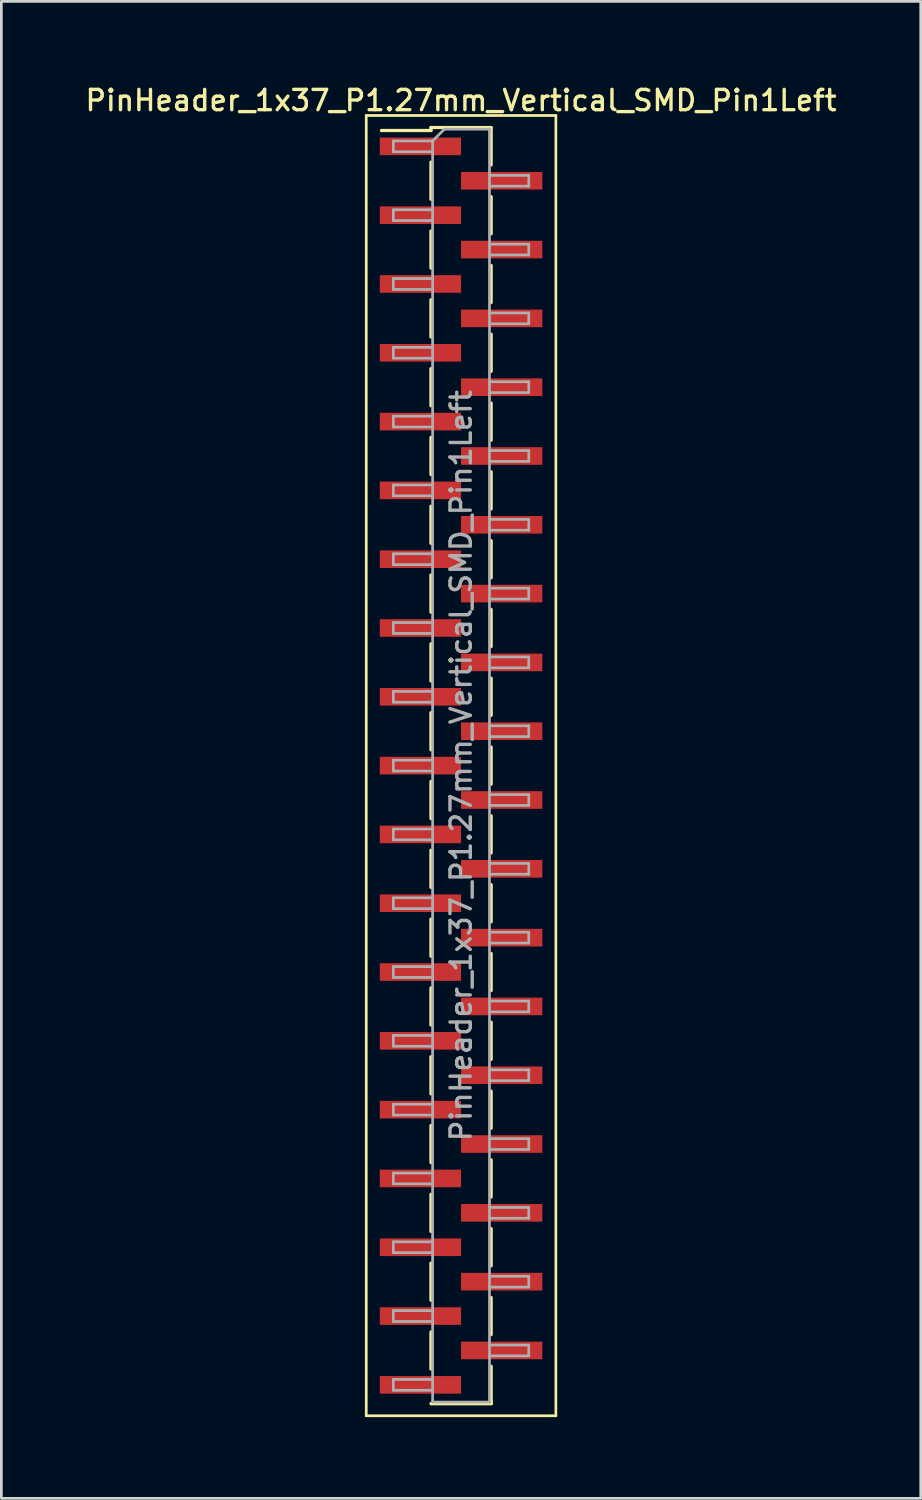
<source format=kicad_pcb>
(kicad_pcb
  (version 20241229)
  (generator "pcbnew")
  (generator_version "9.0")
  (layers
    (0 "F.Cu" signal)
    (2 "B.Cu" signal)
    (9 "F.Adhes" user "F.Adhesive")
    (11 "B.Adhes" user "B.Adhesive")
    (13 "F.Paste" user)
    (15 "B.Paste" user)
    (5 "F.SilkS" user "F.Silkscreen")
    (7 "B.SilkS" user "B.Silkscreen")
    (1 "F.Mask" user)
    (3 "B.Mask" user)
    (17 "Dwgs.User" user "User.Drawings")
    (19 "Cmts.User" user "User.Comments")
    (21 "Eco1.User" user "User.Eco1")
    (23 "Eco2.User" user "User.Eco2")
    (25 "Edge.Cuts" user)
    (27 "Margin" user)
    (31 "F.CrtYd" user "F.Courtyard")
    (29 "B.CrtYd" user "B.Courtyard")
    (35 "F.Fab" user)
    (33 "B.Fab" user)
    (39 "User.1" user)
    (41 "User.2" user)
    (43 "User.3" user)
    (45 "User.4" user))
  (footprint "PinHeader_1x37_P1.27mm_Vertical_SMD_Pin1Left"
    (layer "F.Cu")
    (at 13.97 25.213)
    (property "Reference" "PinHeader_1x37_P1.27mm_Vertical_SMD_Pin1Left" (at 0 -24.555 0) (layer "F.SilkS") (effects (font (size 0.75 0.75) (thickness 0.125))))
    (attr smd)
    (fp_line (start -3.5 -24) (end -3.5 24) (stroke (width 0.1) (type solid)) (layer "F.SilkS"))
    (fp_line (start -3.5 24) (end 3.5 24) (stroke (width 0.1) (type solid)) (layer "F.SilkS"))
    (fp_line (start -1.11 -23.555) (end -1.11 -23.445) (stroke (width 0.12) (type solid)) (layer "F.SilkS"))
    (fp_line (start -1.11 -23.555) (end 1.11 -23.555) (stroke (width 0.12) (type solid)) (layer "F.SilkS"))
    (fp_line (start -1.11 -23.445) (end -2.94 -23.445) (stroke (width 0.12) (type solid)) (layer "F.SilkS"))
    (fp_line (start -1.11 -22.275) (end -1.11 -20.905) (stroke (width 0.12) (type solid)) (layer "F.SilkS"))
    (fp_line (start -1.11 -19.735) (end -1.11 -18.365) (stroke (width 0.12) (type solid)) (layer "F.SilkS"))
    (fp_line (start -1.11 -17.195) (end -1.11 -15.825) (stroke (width 0.12) (type solid)) (layer "F.SilkS"))
    (fp_line (start -1.11 -14.655) (end -1.11 -13.285) (stroke (width 0.12) (type solid)) (layer "F.SilkS"))
    (fp_line (start -1.11 -12.115) (end -1.11 -10.745) (stroke (width 0.12) (type solid)) (layer "F.SilkS"))
    (fp_line (start -1.11 -9.575) (end -1.11 -8.205) (stroke (width 0.12) (type solid)) (layer "F.SilkS"))
    (fp_line (start -1.11 -7.035) (end -1.11 -5.665) (stroke (width 0.12) (type solid)) (layer "F.SilkS"))
    (fp_line (start -1.11 -4.495) (end -1.11 -3.125) (stroke (width 0.12) (type solid)) (layer "F.SilkS"))
    (fp_line (start -1.11 -1.955) (end -1.11 -0.585) (stroke (width 0.12) (type solid)) (layer "F.SilkS"))
    (fp_line (start -1.11 0.585) (end -1.11 1.955) (stroke (width 0.12) (type solid)) (layer "F.SilkS"))
    (fp_line (start -1.11 3.125) (end -1.11 4.495) (stroke (width 0.12) (type solid)) (layer "F.SilkS"))
    (fp_line (start -1.11 5.665) (end -1.11 7.035) (stroke (width 0.12) (type solid)) (layer "F.SilkS"))
    (fp_line (start -1.11 8.205) (end -1.11 9.575) (stroke (width 0.12) (type solid)) (layer "F.SilkS"))
    (fp_line (start -1.11 10.745) (end -1.11 12.115) (stroke (width 0.12) (type solid)) (layer "F.SilkS"))
    (fp_line (start -1.11 13.285) (end -1.11 14.655) (stroke (width 0.12) (type solid)) (layer "F.SilkS"))
    (fp_line (start -1.11 15.825) (end -1.11 17.195) (stroke (width 0.12) (type solid)) (layer "F.SilkS"))
    (fp_line (start -1.11 18.365) (end -1.11 19.735) (stroke (width 0.12) (type solid)) (layer "F.SilkS"))
    (fp_line (start -1.11 20.905) (end -1.11 22.275) (stroke (width 0.12) (type solid)) (layer "F.SilkS"))
    (fp_line (start -1.11 23.555) (end 1.11 23.555) (stroke (width 0.12) (type solid)) (layer "F.SilkS"))
    (fp_line (start 1.11 -23.545) (end 1.11 -22.175) (stroke (width 0.12) (type solid)) (layer "F.SilkS"))
    (fp_line (start 1.11 -21.005) (end 1.11 -19.635) (stroke (width 0.12) (type solid)) (layer "F.SilkS"))
    (fp_line (start 1.11 -18.465) (end 1.11 -17.095) (stroke (width 0.12) (type solid)) (layer "F.SilkS"))
    (fp_line (start 1.11 -15.925) (end 1.11 -14.555) (stroke (width 0.12) (type solid)) (layer "F.SilkS"))
    (fp_line (start 1.11 -13.385) (end 1.11 -12.015) (stroke (width 0.12) (type solid)) (layer "F.SilkS"))
    (fp_line (start 1.11 -10.845) (end 1.11 -9.475) (stroke (width 0.12) (type solid)) (layer "F.SilkS"))
    (fp_line (start 1.11 -8.305) (end 1.11 -6.935) (stroke (width 0.12) (type solid)) (layer "F.SilkS"))
    (fp_line (start 1.11 -5.765) (end 1.11 -4.395) (stroke (width 0.12) (type solid)) (layer "F.SilkS"))
    (fp_line (start 1.11 -3.225) (end 1.11 -1.855) (stroke (width 0.12) (type solid)) (layer "F.SilkS"))
    (fp_line (start 1.11 -0.685) (end 1.11 0.685) (stroke (width 0.12) (type solid)) (layer "F.SilkS"))
    (fp_line (start 1.11 1.855) (end 1.11 3.225) (stroke (width 0.12) (type solid)) (layer "F.SilkS"))
    (fp_line (start 1.11 4.395) (end 1.11 5.765) (stroke (width 0.12) (type solid)) (layer "F.SilkS"))
    (fp_line (start 1.11 6.935) (end 1.11 8.305) (stroke (width 0.12) (type solid)) (layer "F.SilkS"))
    (fp_line (start 1.11 9.475) (end 1.11 10.845) (stroke (width 0.12) (type solid)) (layer "F.SilkS"))
    (fp_line (start 1.11 12.015) (end 1.11 13.385) (stroke (width 0.12) (type solid)) (layer "F.SilkS"))
    (fp_line (start 1.11 14.555) (end 1.11 15.925) (stroke (width 0.12) (type solid)) (layer "F.SilkS"))
    (fp_line (start 1.11 17.095) (end 1.11 18.465) (stroke (width 0.12) (type solid)) (layer "F.SilkS"))
    (fp_line (start 1.11 19.635) (end 1.11 21.005) (stroke (width 0.12) (type solid)) (layer "F.SilkS"))
    (fp_line (start 1.11 22.175) (end 1.11 23.545) (stroke (width 0.12) (type solid)) (layer "F.SilkS"))
    (fp_line (start 1.11 23.445) (end 1.11 23.555) (stroke (width 0.12) (type solid)) (layer "F.SilkS"))
    (fp_line (start 3.5 -24) (end -3.5 -24) (stroke (width 0.1) (type solid)) (layer "F.SilkS"))
    (fp_line (start 3.5 24) (end 3.5 -24) (stroke (width 0.1) (type solid)) (layer "F.SilkS"))
    (fp_line (start -2.5 -23.06) (end -2.5 -22.66) (stroke (width 0.1) (type solid)) (layer "F.Fab"))
    (fp_line (start -2.5 -22.66) (end -1.05 -22.66) (stroke (width 0.1) (type solid)) (layer "F.Fab"))
    (fp_line (start -2.5 -20.52) (end -2.5 -20.12) (stroke (width 0.1) (type solid)) (layer "F.Fab"))
    (fp_line (start -2.5 -20.12) (end -1.05 -20.12) (stroke (width 0.1) (type solid)) (layer "F.Fab"))
    (fp_line (start -2.5 -17.98) (end -2.5 -17.58) (stroke (width 0.1) (type solid)) (layer "F.Fab"))
    (fp_line (start -2.5 -17.58) (end -1.05 -17.58) (stroke (width 0.1) (type solid)) (layer "F.Fab"))
    (fp_line (start -2.5 -15.44) (end -2.5 -15.04) (stroke (width 0.1) (type solid)) (layer "F.Fab"))
    (fp_line (start -2.5 -15.04) (end -1.05 -15.04) (stroke (width 0.1) (type solid)) (layer "F.Fab"))
    (fp_line (start -2.5 -12.9) (end -2.5 -12.5) (stroke (width 0.1) (type solid)) (layer "F.Fab"))
    (fp_line (start -2.5 -12.5) (end -1.05 -12.5) (stroke (width 0.1) (type solid)) (layer "F.Fab"))
    (fp_line (start -2.5 -10.36) (end -2.5 -9.96) (stroke (width 0.1) (type solid)) (layer "F.Fab"))
    (fp_line (start -2.5 -9.96) (end -1.05 -9.96) (stroke (width 0.1) (type solid)) (layer "F.Fab"))
    (fp_line (start -2.5 -7.82) (end -2.5 -7.42) (stroke (width 0.1) (type solid)) (layer "F.Fab"))
    (fp_line (start -2.5 -7.42) (end -1.05 -7.42) (stroke (width 0.1) (type solid)) (layer "F.Fab"))
    (fp_line (start -2.5 -5.28) (end -2.5 -4.88) (stroke (width 0.1) (type solid)) (layer "F.Fab"))
    (fp_line (start -2.5 -4.88) (end -1.05 -4.88) (stroke (width 0.1) (type solid)) (layer "F.Fab"))
    (fp_line (start -2.5 -2.74) (end -2.5 -2.34) (stroke (width 0.1) (type solid)) (layer "F.Fab"))
    (fp_line (start -2.5 -2.34) (end -1.05 -2.34) (stroke (width 0.1) (type solid)) (layer "F.Fab"))
    (fp_line (start -2.5 -0.2) (end -2.5 0.2) (stroke (width 0.1) (type solid)) (layer "F.Fab"))
    (fp_line (start -2.5 0.2) (end -1.05 0.2) (stroke (width 0.1) (type solid)) (layer "F.Fab"))
    (fp_line (start -2.5 2.34) (end -2.5 2.74) (stroke (width 0.1) (type solid)) (layer "F.Fab"))
    (fp_line (start -2.5 2.74) (end -1.05 2.74) (stroke (width 0.1) (type solid)) (layer "F.Fab"))
    (fp_line (start -2.5 4.88) (end -2.5 5.28) (stroke (width 0.1) (type solid)) (layer "F.Fab"))
    (fp_line (start -2.5 5.28) (end -1.05 5.28) (stroke (width 0.1) (type solid)) (layer "F.Fab"))
    (fp_line (start -2.5 7.42) (end -2.5 7.82) (stroke (width 0.1) (type solid)) (layer "F.Fab"))
    (fp_line (start -2.5 7.82) (end -1.05 7.82) (stroke (width 0.1) (type solid)) (layer "F.Fab"))
    (fp_line (start -2.5 9.96) (end -2.5 10.36) (stroke (width 0.1) (type solid)) (layer "F.Fab"))
    (fp_line (start -2.5 10.36) (end -1.05 10.36) (stroke (width 0.1) (type solid)) (layer "F.Fab"))
    (fp_line (start -2.5 12.5) (end -2.5 12.9) (stroke (width 0.1) (type solid)) (layer "F.Fab"))
    (fp_line (start -2.5 12.9) (end -1.05 12.9) (stroke (width 0.1) (type solid)) (layer "F.Fab"))
    (fp_line (start -2.5 15.04) (end -2.5 15.44) (stroke (width 0.1) (type solid)) (layer "F.Fab"))
    (fp_line (start -2.5 15.44) (end -1.05 15.44) (stroke (width 0.1) (type solid)) (layer "F.Fab"))
    (fp_line (start -2.5 17.58) (end -2.5 17.98) (stroke (width 0.1) (type solid)) (layer "F.Fab"))
    (fp_line (start -2.5 17.98) (end -1.05 17.98) (stroke (width 0.1) (type solid)) (layer "F.Fab"))
    (fp_line (start -2.5 20.12) (end -2.5 20.52) (stroke (width 0.1) (type solid)) (layer "F.Fab"))
    (fp_line (start -2.5 20.52) (end -1.05 20.52) (stroke (width 0.1) (type solid)) (layer "F.Fab"))
    (fp_line (start -2.5 22.66) (end -2.5 23.06) (stroke (width 0.1) (type solid)) (layer "F.Fab"))
    (fp_line (start -2.5 23.06) (end -1.05 23.06) (stroke (width 0.1) (type solid)) (layer "F.Fab"))
    (fp_line (start -1.05 -23.06) (end -2.5 -23.06) (stroke (width 0.1) (type solid)) (layer "F.Fab"))
    (fp_line (start -1.05 -23.06) (end -0.615 -23.495) (stroke (width 0.1) (type solid)) (layer "F.Fab"))
    (fp_line (start -1.05 -20.52) (end -2.5 -20.52) (stroke (width 0.1) (type solid)) (layer "F.Fab"))
    (fp_line (start -1.05 -17.98) (end -2.5 -17.98) (stroke (width 0.1) (type solid)) (layer "F.Fab"))
    (fp_line (start -1.05 -15.44) (end -2.5 -15.44) (stroke (width 0.1) (type solid)) (layer "F.Fab"))
    (fp_line (start -1.05 -12.9) (end -2.5 -12.9) (stroke (width 0.1) (type solid)) (layer "F.Fab"))
    (fp_line (start -1.05 -10.36) (end -2.5 -10.36) (stroke (width 0.1) (type solid)) (layer "F.Fab"))
    (fp_line (start -1.05 -7.82) (end -2.5 -7.82) (stroke (width 0.1) (type solid)) (layer "F.Fab"))
    (fp_line (start -1.05 -5.28) (end -2.5 -5.28) (stroke (width 0.1) (type solid)) (layer "F.Fab"))
    (fp_line (start -1.05 -2.74) (end -2.5 -2.74) (stroke (width 0.1) (type solid)) (layer "F.Fab"))
    (fp_line (start -1.05 -0.2) (end -2.5 -0.2) (stroke (width 0.1) (type solid)) (layer "F.Fab"))
    (fp_line (start -1.05 2.34) (end -2.5 2.34) (stroke (width 0.1) (type solid)) (layer "F.Fab"))
    (fp_line (start -1.05 4.88) (end -2.5 4.88) (stroke (width 0.1) (type solid)) (layer "F.Fab"))
    (fp_line (start -1.05 7.42) (end -2.5 7.42) (stroke (width 0.1) (type solid)) (layer "F.Fab"))
    (fp_line (start -1.05 9.96) (end -2.5 9.96) (stroke (width 0.1) (type solid)) (layer "F.Fab"))
    (fp_line (start -1.05 12.5) (end -2.5 12.5) (stroke (width 0.1) (type solid)) (layer "F.Fab"))
    (fp_line (start -1.05 15.04) (end -2.5 15.04) (stroke (width 0.1) (type solid)) (layer "F.Fab"))
    (fp_line (start -1.05 17.58) (end -2.5 17.58) (stroke (width 0.1) (type solid)) (layer "F.Fab"))
    (fp_line (start -1.05 20.12) (end -2.5 20.12) (stroke (width 0.1) (type solid)) (layer "F.Fab"))
    (fp_line (start -1.05 22.66) (end -2.5 22.66) (stroke (width 0.1) (type solid)) (layer "F.Fab"))
    (fp_line (start -1.05 23.495) (end -1.05 -23.06) (stroke (width 0.1) (type solid)) (layer "F.Fab"))
    (fp_line (start -0.615 -23.495) (end 1.05 -23.495) (stroke (width 0.1) (type solid)) (layer "F.Fab"))
    (fp_line (start 1.05 -23.495) (end 1.05 23.495) (stroke (width 0.1) (type solid)) (layer "F.Fab"))
    (fp_line (start 1.05 -21.79) (end 2.5 -21.79) (stroke (width 0.1) (type solid)) (layer "F.Fab"))
    (fp_line (start 1.05 -19.25) (end 2.5 -19.25) (stroke (width 0.1) (type solid)) (layer "F.Fab"))
    (fp_line (start 1.05 -16.71) (end 2.5 -16.71) (stroke (width 0.1) (type solid)) (layer "F.Fab"))
    (fp_line (start 1.05 -14.17) (end 2.5 -14.17) (stroke (width 0.1) (type solid)) (layer "F.Fab"))
    (fp_line (start 1.05 -11.63) (end 2.5 -11.63) (stroke (width 0.1) (type solid)) (layer "F.Fab"))
    (fp_line (start 1.05 -9.09) (end 2.5 -9.09) (stroke (width 0.1) (type solid)) (layer "F.Fab"))
    (fp_line (start 1.05 -6.55) (end 2.5 -6.55) (stroke (width 0.1) (type solid)) (layer "F.Fab"))
    (fp_line (start 1.05 -4.01) (end 2.5 -4.01) (stroke (width 0.1) (type solid)) (layer "F.Fab"))
    (fp_line (start 1.05 -1.47) (end 2.5 -1.47) (stroke (width 0.1) (type solid)) (layer "F.Fab"))
    (fp_line (start 1.05 1.07) (end 2.5 1.07) (stroke (width 0.1) (type solid)) (layer "F.Fab"))
    (fp_line (start 1.05 3.61) (end 2.5 3.61) (stroke (width 0.1) (type solid)) (layer "F.Fab"))
    (fp_line (start 1.05 6.15) (end 2.5 6.15) (stroke (width 0.1) (type solid)) (layer "F.Fab"))
    (fp_line (start 1.05 8.69) (end 2.5 8.69) (stroke (width 0.1) (type solid)) (layer "F.Fab"))
    (fp_line (start 1.05 11.23) (end 2.5 11.23) (stroke (width 0.1) (type solid)) (layer "F.Fab"))
    (fp_line (start 1.05 13.77) (end 2.5 13.77) (stroke (width 0.1) (type solid)) (layer "F.Fab"))
    (fp_line (start 1.05 16.31) (end 2.5 16.31) (stroke (width 0.1) (type solid)) (layer "F.Fab"))
    (fp_line (start 1.05 18.85) (end 2.5 18.85) (stroke (width 0.1) (type solid)) (layer "F.Fab"))
    (fp_line (start 1.05 21.39) (end 2.5 21.39) (stroke (width 0.1) (type solid)) (layer "F.Fab"))
    (fp_line (start 1.05 23.495) (end -1.05 23.495) (stroke (width 0.1) (type solid)) (layer "F.Fab"))
    (fp_line (start 2.5 -21.79) (end 2.5 -21.39) (stroke (width 0.1) (type solid)) (layer "F.Fab"))
    (fp_line (start 2.5 -21.39) (end 1.05 -21.39) (stroke (width 0.1) (type solid)) (layer "F.Fab"))
    (fp_line (start 2.5 -19.25) (end 2.5 -18.85) (stroke (width 0.1) (type solid)) (layer "F.Fab"))
    (fp_line (start 2.5 -18.85) (end 1.05 -18.85) (stroke (width 0.1) (type solid)) (layer "F.Fab"))
    (fp_line (start 2.5 -16.71) (end 2.5 -16.31) (stroke (width 0.1) (type solid)) (layer "F.Fab"))
    (fp_line (start 2.5 -16.31) (end 1.05 -16.31) (stroke (width 0.1) (type solid)) (layer "F.Fab"))
    (fp_line (start 2.5 -14.17) (end 2.5 -13.77) (stroke (width 0.1) (type solid)) (layer "F.Fab"))
    (fp_line (start 2.5 -13.77) (end 1.05 -13.77) (stroke (width 0.1) (type solid)) (layer "F.Fab"))
    (fp_line (start 2.5 -11.63) (end 2.5 -11.23) (stroke (width 0.1) (type solid)) (layer "F.Fab"))
    (fp_line (start 2.5 -11.23) (end 1.05 -11.23) (stroke (width 0.1) (type solid)) (layer "F.Fab"))
    (fp_line (start 2.5 -9.09) (end 2.5 -8.69) (stroke (width 0.1) (type solid)) (layer "F.Fab"))
    (fp_line (start 2.5 -8.69) (end 1.05 -8.69) (stroke (width 0.1) (type solid)) (layer "F.Fab"))
    (fp_line (start 2.5 -6.55) (end 2.5 -6.15) (stroke (width 0.1) (type solid)) (layer "F.Fab"))
    (fp_line (start 2.5 -6.15) (end 1.05 -6.15) (stroke (width 0.1) (type solid)) (layer "F.Fab"))
    (fp_line (start 2.5 -4.01) (end 2.5 -3.61) (stroke (width 0.1) (type solid)) (layer "F.Fab"))
    (fp_line (start 2.5 -3.61) (end 1.05 -3.61) (stroke (width 0.1) (type solid)) (layer "F.Fab"))
    (fp_line (start 2.5 -1.47) (end 2.5 -1.07) (stroke (width 0.1) (type solid)) (layer "F.Fab"))
    (fp_line (start 2.5 -1.07) (end 1.05 -1.07) (stroke (width 0.1) (type solid)) (layer "F.Fab"))
    (fp_line (start 2.5 1.07) (end 2.5 1.47) (stroke (width 0.1) (type solid)) (layer "F.Fab"))
    (fp_line (start 2.5 1.47) (end 1.05 1.47) (stroke (width 0.1) (type solid)) (layer "F.Fab"))
    (fp_line (start 2.5 3.61) (end 2.5 4.01) (stroke (width 0.1) (type solid)) (layer "F.Fab"))
    (fp_line (start 2.5 4.01) (end 1.05 4.01) (stroke (width 0.1) (type solid)) (layer "F.Fab"))
    (fp_line (start 2.5 6.15) (end 2.5 6.55) (stroke (width 0.1) (type solid)) (layer "F.Fab"))
    (fp_line (start 2.5 6.55) (end 1.05 6.55) (stroke (width 0.1) (type solid)) (layer "F.Fab"))
    (fp_line (start 2.5 8.69) (end 2.5 9.09) (stroke (width 0.1) (type solid)) (layer "F.Fab"))
    (fp_line (start 2.5 9.09) (end 1.05 9.09) (stroke (width 0.1) (type solid)) (layer "F.Fab"))
    (fp_line (start 2.5 11.23) (end 2.5 11.63) (stroke (width 0.1) (type solid)) (layer "F.Fab"))
    (fp_line (start 2.5 11.63) (end 1.05 11.63) (stroke (width 0.1) (type solid)) (layer "F.Fab"))
    (fp_line (start 2.5 13.77) (end 2.5 14.17) (stroke (width 0.1) (type solid)) (layer "F.Fab"))
    (fp_line (start 2.5 14.17) (end 1.05 14.17) (stroke (width 0.1) (type solid)) (layer "F.Fab"))
    (fp_line (start 2.5 16.31) (end 2.5 16.71) (stroke (width 0.1) (type solid)) (layer "F.Fab"))
    (fp_line (start 2.5 16.71) (end 1.05 16.71) (stroke (width 0.1) (type solid)) (layer "F.Fab"))
    (fp_line (start 2.5 18.85) (end 2.5 19.25) (stroke (width 0.1) (type solid)) (layer "F.Fab"))
    (fp_line (start 2.5 19.25) (end 1.05 19.25) (stroke (width 0.1) (type solid)) (layer "F.Fab"))
    (fp_line (start 2.5 21.39) (end 2.5 21.79) (stroke (width 0.1) (type solid)) (layer "F.Fab"))
    (fp_line (start 2.5 21.79) (end 1.05 21.79) (stroke (width 0.1) (type solid)) (layer "F.Fab"))
    (fp_text user "${REFERENCE}" (at 0 0 90) (layer "F.Fab") (effects (font (size 0.75 0.75) (thickness 0.125))))
    (pad "1" smd rect (at -1.5 -22.86) (size 3 0.65) (layers "F.Cu" "F.Mask" "F.Paste"))
    (pad "2" smd rect (at 1.5 -21.59) (size 3 0.65) (layers "F.Cu" "F.Mask" "F.Paste"))
    (pad "3" smd rect (at -1.5 -20.32) (size 3 0.65) (layers "F.Cu" "F.Mask" "F.Paste"))
    (pad "4" smd rect (at 1.5 -19.05) (size 3 0.65) (layers "F.Cu" "F.Mask" "F.Paste"))
    (pad "5" smd rect (at -1.5 -17.78) (size 3 0.65) (layers "F.Cu" "F.Mask" "F.Paste"))
    (pad "6" smd rect (at 1.5 -16.51) (size 3 0.65) (layers "F.Cu" "F.Mask" "F.Paste"))
    (pad "7" smd rect (at -1.5 -15.24) (size 3 0.65) (layers "F.Cu" "F.Mask" "F.Paste"))
    (pad "8" smd rect (at 1.5 -13.97) (size 3 0.65) (layers "F.Cu" "F.Mask" "F.Paste"))
    (pad "9" smd rect (at -1.5 -12.7) (size 3 0.65) (layers "F.Cu" "F.Mask" "F.Paste"))
    (pad "10" smd rect (at 1.5 -11.43) (size 3 0.65) (layers "F.Cu" "F.Mask" "F.Paste"))
    (pad "11" smd rect (at -1.5 -10.16) (size 3 0.65) (layers "F.Cu" "F.Mask" "F.Paste"))
    (pad "12" smd rect (at 1.5 -8.89) (size 3 0.65) (layers "F.Cu" "F.Mask" "F.Paste"))
    (pad "13" smd rect (at -1.5 -7.62) (size 3 0.65) (layers "F.Cu" "F.Mask" "F.Paste"))
    (pad "14" smd rect (at 1.5 -6.35) (size 3 0.65) (layers "F.Cu" "F.Mask" "F.Paste"))
    (pad "15" smd rect (at -1.5 -5.08) (size 3 0.65) (layers "F.Cu" "F.Mask" "F.Paste"))
    (pad "16" smd rect (at 1.5 -3.81) (size 3 0.65) (layers "F.Cu" "F.Mask" "F.Paste"))
    (pad "17" smd rect (at -1.5 -2.54) (size 3 0.65) (layers "F.Cu" "F.Mask" "F.Paste"))
    (pad "18" smd rect (at 1.5 -1.27) (size 3 0.65) (layers "F.Cu" "F.Mask" "F.Paste"))
    (pad "19" smd rect (at -1.5 0) (size 3 0.65) (layers "F.Cu" "F.Mask" "F.Paste"))
    (pad "20" smd rect (at 1.5 1.27) (size 3 0.65) (layers "F.Cu" "F.Mask" "F.Paste"))
    (pad "21" smd rect (at -1.5 2.54) (size 3 0.65) (layers "F.Cu" "F.Mask" "F.Paste"))
    (pad "22" smd rect (at 1.5 3.81) (size 3 0.65) (layers "F.Cu" "F.Mask" "F.Paste"))
    (pad "23" smd rect (at -1.5 5.08) (size 3 0.65) (layers "F.Cu" "F.Mask" "F.Paste"))
    (pad "24" smd rect (at 1.5 6.35) (size 3 0.65) (layers "F.Cu" "F.Mask" "F.Paste"))
    (pad "25" smd rect (at -1.5 7.62) (size 3 0.65) (layers "F.Cu" "F.Mask" "F.Paste"))
    (pad "26" smd rect (at 1.5 8.89) (size 3 0.65) (layers "F.Cu" "F.Mask" "F.Paste"))
    (pad "27" smd rect (at -1.5 10.16) (size 3 0.65) (layers "F.Cu" "F.Mask" "F.Paste"))
    (pad "28" smd rect (at 1.5 11.43) (size 3 0.65) (layers "F.Cu" "F.Mask" "F.Paste"))
    (pad "29" smd rect (at -1.5 12.7) (size 3 0.65) (layers "F.Cu" "F.Mask" "F.Paste"))
    (pad "30" smd rect (at 1.5 13.97) (size 3 0.65) (layers "F.Cu" "F.Mask" "F.Paste"))
    (pad "31" smd rect (at -1.5 15.24) (size 3 0.65) (layers "F.Cu" "F.Mask" "F.Paste"))
    (pad "32" smd rect (at 1.5 16.51) (size 3 0.65) (layers "F.Cu" "F.Mask" "F.Paste"))
    (pad "33" smd rect (at -1.5 17.78) (size 3 0.65) (layers "F.Cu" "F.Mask" "F.Paste"))
    (pad "34" smd rect (at 1.5 19.05) (size 3 0.65) (layers "F.Cu" "F.Mask" "F.Paste"))
    (pad "35" smd rect (at -1.5 20.32) (size 3 0.65) (layers "F.Cu" "F.Mask" "F.Paste"))
    (pad "36" smd rect (at 1.5 21.59) (size 3 0.65) (layers "F.Cu" "F.Mask" "F.Paste"))
    (pad "37" smd rect (at -1.5 22.86) (size 3 0.65) (layers "F.Cu" "F.Mask" "F.Paste")))
  (gr_rect
    (start -3 -3)
    (end 30.939 52.263)
    (stroke (width 0.1) (type default))
    (fill no)
    (layer "Edge.Cuts")))
</source>
